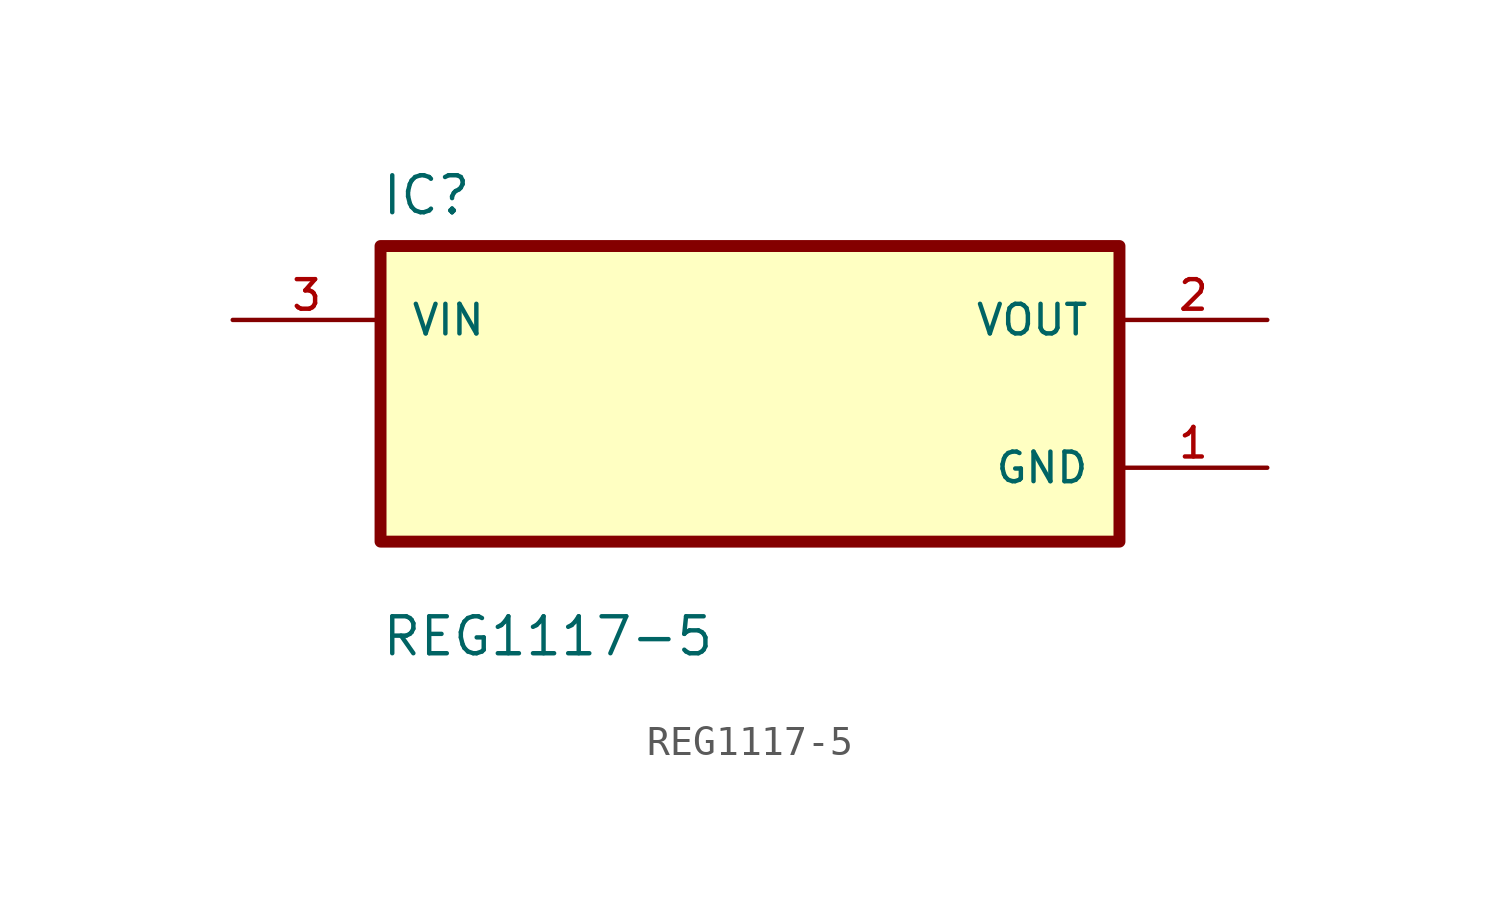
<source format=kicad_sym>
(kicad_symbol_lib
  (version 20211014)
  (generator kicad_symbol_editor)
  (symbol "REG1117-5"
    (pin_names
      (offset 1.016))
    (property "Reference" "IC"
      (at -12.7 6.08 0.0)
      (effects (font (size 1.27 1.27)) (justify bottom left)))
    (property "Value" "REG1117-5"
      (at -12.7 -9.08 0.0)
      (effects (font (size 1.27 1.27)) (justify bottom left)))
    (symbol "REG1117-5_0_0"
      (rectangle (start -12.7 -5.08) (end 12.7 5.08) (stroke (width 0.41)) (fill (type background)))
      (pin input line (at -17.78 2.54 0) (length 5.08) (name "VIN" (effects (font (size 1.016 1.016)))) (number "3" (effects (font (size 1.016 1.016)))))
      (pin output line (at 17.78 2.54 180.0) (length 5.08) (name "VOUT" (effects (font (size 1.016 1.016)))) (number "2" (effects (font (size 1.016 1.016)))))
      (pin power_in line (at 17.78 -2.54 180.0) (length 5.08) (name "GND" (effects (font (size 1.016 1.016)))) (number "1" (effects (font (size 1.016 1.016))))))))
</source>
